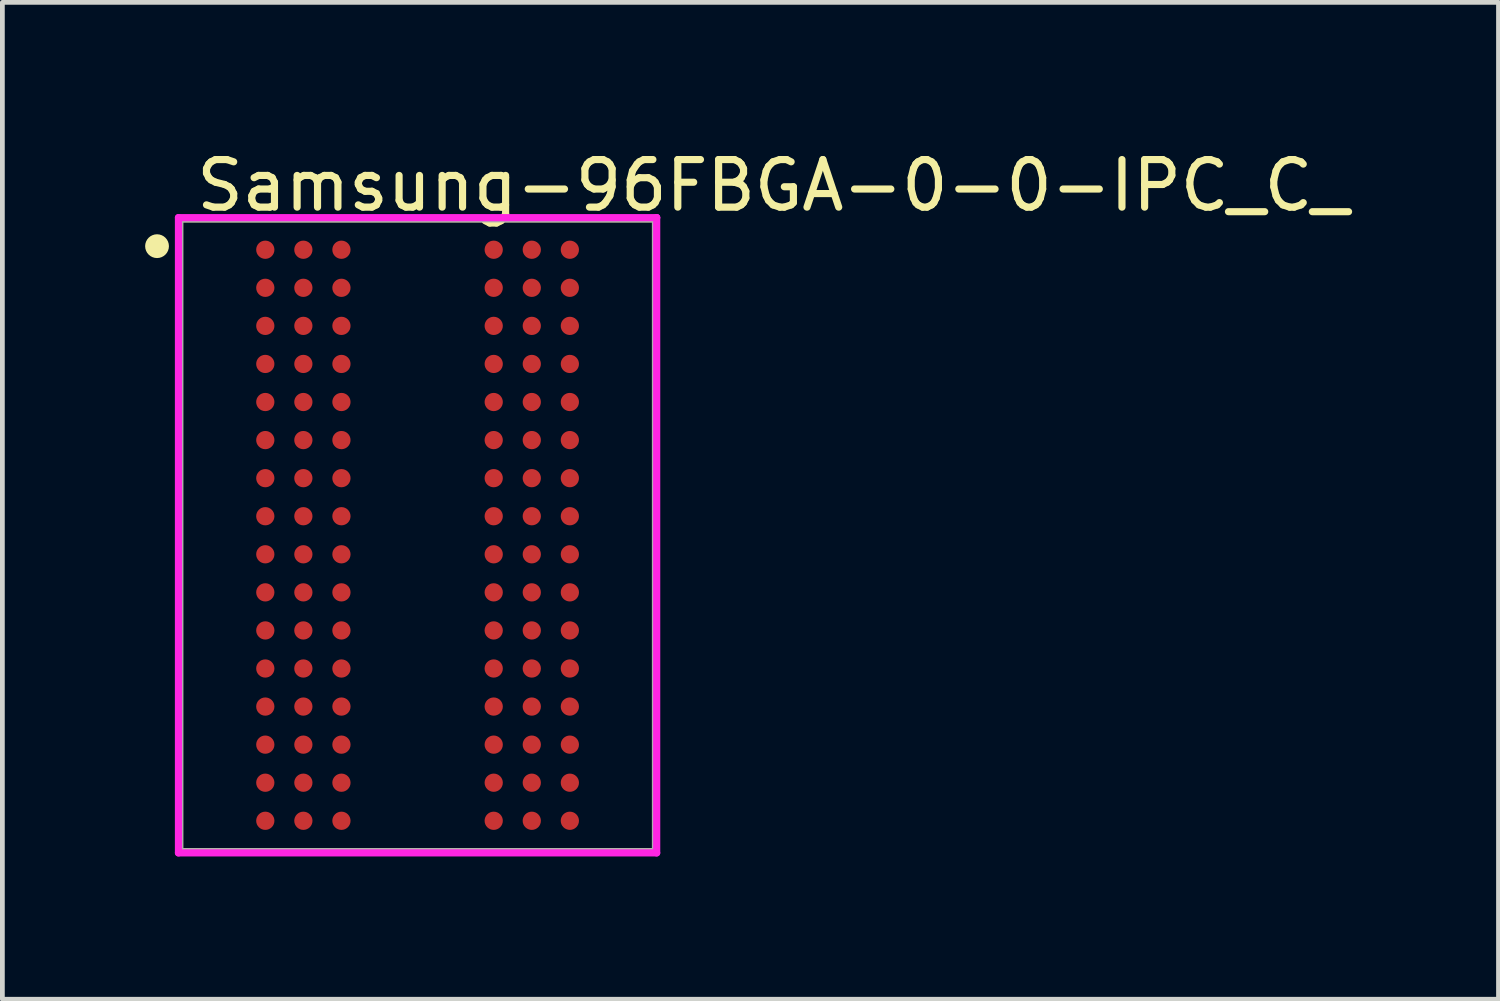
<source format=kicad_pcb>
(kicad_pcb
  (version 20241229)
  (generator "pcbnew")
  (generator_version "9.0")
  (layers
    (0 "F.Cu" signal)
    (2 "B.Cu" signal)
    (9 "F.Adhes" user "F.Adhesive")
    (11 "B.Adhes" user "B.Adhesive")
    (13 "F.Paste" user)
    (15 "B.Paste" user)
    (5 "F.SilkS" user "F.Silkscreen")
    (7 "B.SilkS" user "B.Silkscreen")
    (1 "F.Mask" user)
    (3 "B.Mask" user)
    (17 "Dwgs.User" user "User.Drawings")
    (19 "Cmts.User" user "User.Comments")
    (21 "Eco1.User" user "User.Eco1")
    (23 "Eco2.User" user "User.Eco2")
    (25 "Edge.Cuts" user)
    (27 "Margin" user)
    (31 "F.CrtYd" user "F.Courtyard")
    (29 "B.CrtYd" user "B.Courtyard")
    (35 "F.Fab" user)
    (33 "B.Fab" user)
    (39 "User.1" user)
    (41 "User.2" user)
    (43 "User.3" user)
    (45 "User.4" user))
  (footprint "Samsung-96FBGA-0-0-IPC_C_"
    (layer "F.Cu")
    (at 5.725 8.198)
    (property "Reference" "Samsung-96FBGA-0-0-IPC_C_" (at -4.725 -7.35 0) (layer "F.SilkS") (effects (font (size 1 1) (thickness 0.15)) (justify left)))
    (attr through_hole)
    (fp_line (start -5 -6.65) (end 5 -6.65) (stroke (width 0.15) (type solid)) (layer "F.SilkS"))
    (fp_line (start -5 6.65) (end -5 -6.65) (stroke (width 0.15) (type solid)) (layer "F.SilkS"))
    (fp_line (start 5 -6.65) (end 5 6.65) (stroke (width 0.15) (type solid)) (layer "F.SilkS"))
    (fp_line (start 5 6.65) (end -5 6.65) (stroke (width 0.15) (type solid)) (layer "F.SilkS"))
    (fp_circle (center -5.475 -6.075) (end -5.35 -6.075) (stroke (width 0.25) (type solid)) (fill no) (layer "F.SilkS"))
    (fp_line (start -5.025 -6.675) (end -5.025 6.675) (stroke (width 0.15) (type solid)) (layer "F.CrtYd"))
    (fp_line (start -5.025 6.675) (end 5.025 6.675) (stroke (width 0.15) (type solid)) (layer "F.CrtYd"))
    (fp_line (start 5.025 -6.675) (end -5.025 -6.675) (stroke (width 0.15) (type solid)) (layer "F.CrtYd"))
    (fp_line (start 5.025 -6.675) (end 5.025 -6.675) (stroke (width 0.15) (type solid)) (layer "F.CrtYd"))
    (fp_line (start 5.025 6.675) (end 5.025 -6.675) (stroke (width 0.15) (type solid)) (layer "F.CrtYd"))
    (fp_line (start -5 -6.65) (end 5 -6.65) (stroke (width 0.15) (type solid)) (layer "F.Fab"))
    (fp_line (start -5 6.65) (end -5 -6.65) (stroke (width 0.15) (type solid)) (layer "F.Fab"))
    (fp_line (start 5 -6.65) (end 5 6.65) (stroke (width 0.15) (type solid)) (layer "F.Fab"))
    (fp_line (start 5 6.65) (end -5 6.65) (stroke (width 0.15) (type solid)) (layer "F.Fab"))
    (pad "A1" smd circle (at -3.2 -6) (size 0.383 0.383) (layers "F.Cu" "F.Mask" "F.Paste"))
    (pad "A2" smd circle (at -2.4 -6) (size 0.383 0.383) (layers "F.Cu" "F.Mask" "F.Paste"))
    (pad "A3" smd circle (at -1.6 -6) (size 0.383 0.383) (layers "F.Cu" "F.Mask" "F.Paste"))
    (pad "A7" smd circle (at 1.6 -6) (size 0.383 0.383) (layers "F.Cu" "F.Mask" "F.Paste"))
    (pad "A8" smd circle (at 2.4 -6) (size 0.383 0.383) (layers "F.Cu" "F.Mask" "F.Paste"))
    (pad "A9" smd circle (at 3.2 -6) (size 0.383 0.383) (layers "F.Cu" "F.Mask" "F.Paste"))
    (pad "B1" smd circle (at -3.2 -5.2) (size 0.383 0.383) (layers "F.Cu" "F.Mask" "F.Paste"))
    (pad "B2" smd circle (at -2.4 -5.2) (size 0.383 0.383) (layers "F.Cu" "F.Mask" "F.Paste"))
    (pad "B3" smd circle (at -1.6 -5.2) (size 0.383 0.383) (layers "F.Cu" "F.Mask" "F.Paste"))
    (pad "B7" smd circle (at 1.6 -5.2) (size 0.383 0.383) (layers "F.Cu" "F.Mask" "F.Paste"))
    (pad "B8" smd circle (at 2.4 -5.2) (size 0.383 0.383) (layers "F.Cu" "F.Mask" "F.Paste"))
    (pad "B9" smd circle (at 3.2 -5.2) (size 0.383 0.383) (layers "F.Cu" "F.Mask" "F.Paste"))
    (pad "C1" smd circle (at -3.2 -4.4) (size 0.383 0.383) (layers "F.Cu" "F.Mask" "F.Paste"))
    (pad "C2" smd circle (at -2.4 -4.4) (size 0.383 0.383) (layers "F.Cu" "F.Mask" "F.Paste"))
    (pad "C3" smd circle (at -1.6 -4.4) (size 0.383 0.383) (layers "F.Cu" "F.Mask" "F.Paste"))
    (pad "C7" smd circle (at 1.6 -4.4) (size 0.383 0.383) (layers "F.Cu" "F.Mask" "F.Paste"))
    (pad "C8" smd circle (at 2.4 -4.4) (size 0.383 0.383) (layers "F.Cu" "F.Mask" "F.Paste"))
    (pad "C9" smd circle (at 3.2 -4.4) (size 0.383 0.383) (layers "F.Cu" "F.Mask" "F.Paste"))
    (pad "D1" smd circle (at -3.2 -3.6) (size 0.383 0.383) (layers "F.Cu" "F.Mask" "F.Paste"))
    (pad "D2" smd circle (at -2.4 -3.6) (size 0.383 0.383) (layers "F.Cu" "F.Mask" "F.Paste"))
    (pad "D3" smd circle (at -1.6 -3.6) (size 0.383 0.383) (layers "F.Cu" "F.Mask" "F.Paste"))
    (pad "D7" smd circle (at 1.6 -3.6) (size 0.383 0.383) (layers "F.Cu" "F.Mask" "F.Paste"))
    (pad "D8" smd circle (at 2.4 -3.6) (size 0.383 0.383) (layers "F.Cu" "F.Mask" "F.Paste"))
    (pad "D9" smd circle (at 3.2 -3.6) (size 0.383 0.383) (layers "F.Cu" "F.Mask" "F.Paste"))
    (pad "E1" smd circle (at -3.2 -2.8) (size 0.383 0.383) (layers "F.Cu" "F.Mask" "F.Paste"))
    (pad "E2" smd circle (at -2.4 -2.8) (size 0.383 0.383) (layers "F.Cu" "F.Mask" "F.Paste"))
    (pad "E3" smd circle (at -1.6 -2.8) (size 0.383 0.383) (layers "F.Cu" "F.Mask" "F.Paste"))
    (pad "E7" smd circle (at 1.6 -2.8) (size 0.383 0.383) (layers "F.Cu" "F.Mask" "F.Paste"))
    (pad "E8" smd circle (at 2.4 -2.8) (size 0.383 0.383) (layers "F.Cu" "F.Mask" "F.Paste"))
    (pad "E9" smd circle (at 3.2 -2.8) (size 0.383 0.383) (layers "F.Cu" "F.Mask" "F.Paste"))
    (pad "F1" smd circle (at -3.2 -2) (size 0.383 0.383) (layers "F.Cu" "F.Mask" "F.Paste"))
    (pad "F2" smd circle (at -2.4 -2) (size 0.383 0.383) (layers "F.Cu" "F.Mask" "F.Paste"))
    (pad "F3" smd circle (at -1.6 -2) (size 0.383 0.383) (layers "F.Cu" "F.Mask" "F.Paste"))
    (pad "F7" smd circle (at 1.6 -2) (size 0.383 0.383) (layers "F.Cu" "F.Mask" "F.Paste"))
    (pad "F8" smd circle (at 2.4 -2) (size 0.383 0.383) (layers "F.Cu" "F.Mask" "F.Paste"))
    (pad "F9" smd circle (at 3.2 -2) (size 0.383 0.383) (layers "F.Cu" "F.Mask" "F.Paste"))
    (pad "G1" smd circle (at -3.2 -1.2) (size 0.383 0.383) (layers "F.Cu" "F.Mask" "F.Paste"))
    (pad "G2" smd circle (at -2.4 -1.2) (size 0.383 0.383) (layers "F.Cu" "F.Mask" "F.Paste"))
    (pad "G3" smd circle (at -1.6 -1.2) (size 0.383 0.383) (layers "F.Cu" "F.Mask" "F.Paste"))
    (pad "G7" smd circle (at 1.6 -1.2) (size 0.383 0.383) (layers "F.Cu" "F.Mask" "F.Paste"))
    (pad "G8" smd circle (at 2.4 -1.2) (size 0.383 0.383) (layers "F.Cu" "F.Mask" "F.Paste"))
    (pad "G9" smd circle (at 3.2 -1.2) (size 0.383 0.383) (layers "F.Cu" "F.Mask" "F.Paste"))
    (pad "H1" smd circle (at -3.2 -0.4) (size 0.383 0.383) (layers "F.Cu" "F.Mask" "F.Paste"))
    (pad "H2" smd circle (at -2.4 -0.4) (size 0.383 0.383) (layers "F.Cu" "F.Mask" "F.Paste"))
    (pad "H3" smd circle (at -1.6 -0.4) (size 0.383 0.383) (layers "F.Cu" "F.Mask" "F.Paste"))
    (pad "H7" smd circle (at 1.6 -0.4) (size 0.383 0.383) (layers "F.Cu" "F.Mask" "F.Paste"))
    (pad "H8" smd circle (at 2.4 -0.4) (size 0.383 0.383) (layers "F.Cu" "F.Mask" "F.Paste"))
    (pad "H9" smd circle (at 3.2 -0.4) (size 0.383 0.383) (layers "F.Cu" "F.Mask" "F.Paste"))
    (pad "J1" smd circle (at -3.2 0.4) (size 0.383 0.383) (layers "F.Cu" "F.Mask" "F.Paste"))
    (pad "J2" smd circle (at -2.4 0.4) (size 0.383 0.383) (layers "F.Cu" "F.Mask" "F.Paste"))
    (pad "J3" smd circle (at -1.6 0.4) (size 0.383 0.383) (layers "F.Cu" "F.Mask" "F.Paste"))
    (pad "J7" smd circle (at 1.6 0.4) (size 0.383 0.383) (layers "F.Cu" "F.Mask" "F.Paste"))
    (pad "J8" smd circle (at 2.4 0.4) (size 0.383 0.383) (layers "F.Cu" "F.Mask" "F.Paste"))
    (pad "J9" smd circle (at 3.2 0.4) (size 0.383 0.383) (layers "F.Cu" "F.Mask" "F.Paste"))
    (pad "K1" smd circle (at -3.2 1.2) (size 0.383 0.383) (layers "F.Cu" "F.Mask" "F.Paste"))
    (pad "K2" smd circle (at -2.4 1.2) (size 0.383 0.383) (layers "F.Cu" "F.Mask" "F.Paste"))
    (pad "K3" smd circle (at -1.6 1.2) (size 0.383 0.383) (layers "F.Cu" "F.Mask" "F.Paste"))
    (pad "K7" smd circle (at 1.6 1.2) (size 0.383 0.383) (layers "F.Cu" "F.Mask" "F.Paste"))
    (pad "K8" smd circle (at 2.4 1.2) (size 0.383 0.383) (layers "F.Cu" "F.Mask" "F.Paste"))
    (pad "K9" smd circle (at 3.2 1.2) (size 0.383 0.383) (layers "F.Cu" "F.Mask" "F.Paste"))
    (pad "L1" smd circle (at -3.2 2) (size 0.383 0.383) (layers "F.Cu" "F.Mask" "F.Paste"))
    (pad "L2" smd circle (at -2.4 2) (size 0.383 0.383) (layers "F.Cu" "F.Mask" "F.Paste"))
    (pad "L3" smd circle (at -1.6 2) (size 0.383 0.383) (layers "F.Cu" "F.Mask" "F.Paste"))
    (pad "L7" smd circle (at 1.6 2) (size 0.383 0.383) (layers "F.Cu" "F.Mask" "F.Paste"))
    (pad "L8" smd circle (at 2.4 2) (size 0.383 0.383) (layers "F.Cu" "F.Mask" "F.Paste"))
    (pad "L9" smd circle (at 3.2 2) (size 0.383 0.383) (layers "F.Cu" "F.Mask" "F.Paste"))
    (pad "M1" smd circle (at -3.2 2.8) (size 0.383 0.383) (layers "F.Cu" "F.Mask" "F.Paste"))
    (pad "M2" smd circle (at -2.4 2.8) (size 0.383 0.383) (layers "F.Cu" "F.Mask" "F.Paste"))
    (pad "M3" smd circle (at -1.6 2.8) (size 0.383 0.383) (layers "F.Cu" "F.Mask" "F.Paste"))
    (pad "M7" smd circle (at 1.6 2.8) (size 0.383 0.383) (layers "F.Cu" "F.Mask" "F.Paste"))
    (pad "M8" smd circle (at 2.4 2.8) (size 0.383 0.383) (layers "F.Cu" "F.Mask" "F.Paste"))
    (pad "M9" smd circle (at 3.2 2.8) (size 0.383 0.383) (layers "F.Cu" "F.Mask" "F.Paste"))
    (pad "N1" smd circle (at -3.2 3.6) (size 0.383 0.383) (layers "F.Cu" "F.Mask" "F.Paste"))
    (pad "N2" smd circle (at -2.4 3.6) (size 0.383 0.383) (layers "F.Cu" "F.Mask" "F.Paste"))
    (pad "N3" smd circle (at -1.6 3.6) (size 0.383 0.383) (layers "F.Cu" "F.Mask" "F.Paste"))
    (pad "N7" smd circle (at 1.6 3.6) (size 0.383 0.383) (layers "F.Cu" "F.Mask" "F.Paste"))
    (pad "N8" smd circle (at 2.4 3.6) (size 0.383 0.383) (layers "F.Cu" "F.Mask" "F.Paste"))
    (pad "N9" smd circle (at 3.2 3.6) (size 0.383 0.383) (layers "F.Cu" "F.Mask" "F.Paste"))
    (pad "P1" smd circle (at -3.2 4.4) (size 0.383 0.383) (layers "F.Cu" "F.Mask" "F.Paste"))
    (pad "P2" smd circle (at -2.4 4.4) (size 0.383 0.383) (layers "F.Cu" "F.Mask" "F.Paste"))
    (pad "P3" smd circle (at -1.6 4.4) (size 0.383 0.383) (layers "F.Cu" "F.Mask" "F.Paste"))
    (pad "P7" smd circle (at 1.6 4.4) (size 0.383 0.383) (layers "F.Cu" "F.Mask" "F.Paste"))
    (pad "P8" smd circle (at 2.4 4.4) (size 0.383 0.383) (layers "F.Cu" "F.Mask" "F.Paste"))
    (pad "P9" smd circle (at 3.2 4.4) (size 0.383 0.383) (layers "F.Cu" "F.Mask" "F.Paste"))
    (pad "R1" smd circle (at -3.2 5.2) (size 0.383 0.383) (layers "F.Cu" "F.Mask" "F.Paste"))
    (pad "R2" smd circle (at -2.4 5.2) (size 0.383 0.383) (layers "F.Cu" "F.Mask" "F.Paste"))
    (pad "R3" smd circle (at -1.6 5.2) (size 0.383 0.383) (layers "F.Cu" "F.Mask" "F.Paste"))
    (pad "R7" smd circle (at 1.6 5.2) (size 0.383 0.383) (layers "F.Cu" "F.Mask" "F.Paste"))
    (pad "R8" smd circle (at 2.4 5.2) (size 0.383 0.383) (layers "F.Cu" "F.Mask" "F.Paste"))
    (pad "R9" smd circle (at 3.2 5.2) (size 0.383 0.383) (layers "F.Cu" "F.Mask" "F.Paste"))
    (pad "T1" smd circle (at -3.2 6) (size 0.383 0.383) (layers "F.Cu" "F.Mask" "F.Paste"))
    (pad "T2" smd circle (at -2.4 6) (size 0.383 0.383) (layers "F.Cu" "F.Mask" "F.Paste"))
    (pad "T3" smd circle (at -1.6 6) (size 0.383 0.383) (layers "F.Cu" "F.Mask" "F.Paste"))
    (pad "T7" smd circle (at 1.6 6) (size 0.383 0.383) (layers "F.Cu" "F.Mask" "F.Paste"))
    (pad "T8" smd circle (at 2.4 6) (size 0.383 0.383) (layers "F.Cu" "F.Mask" "F.Paste"))
    (pad "T9" smd circle (at 3.2 6) (size 0.383 0.383) (layers "F.Cu" "F.Mask" "F.Paste")))
  (gr_rect
    (start -3 -3)
    (end 28.44 17.948)
    (stroke (width 0.1) (type default))
    (fill no)
    (layer "Edge.Cuts")))
</source>
